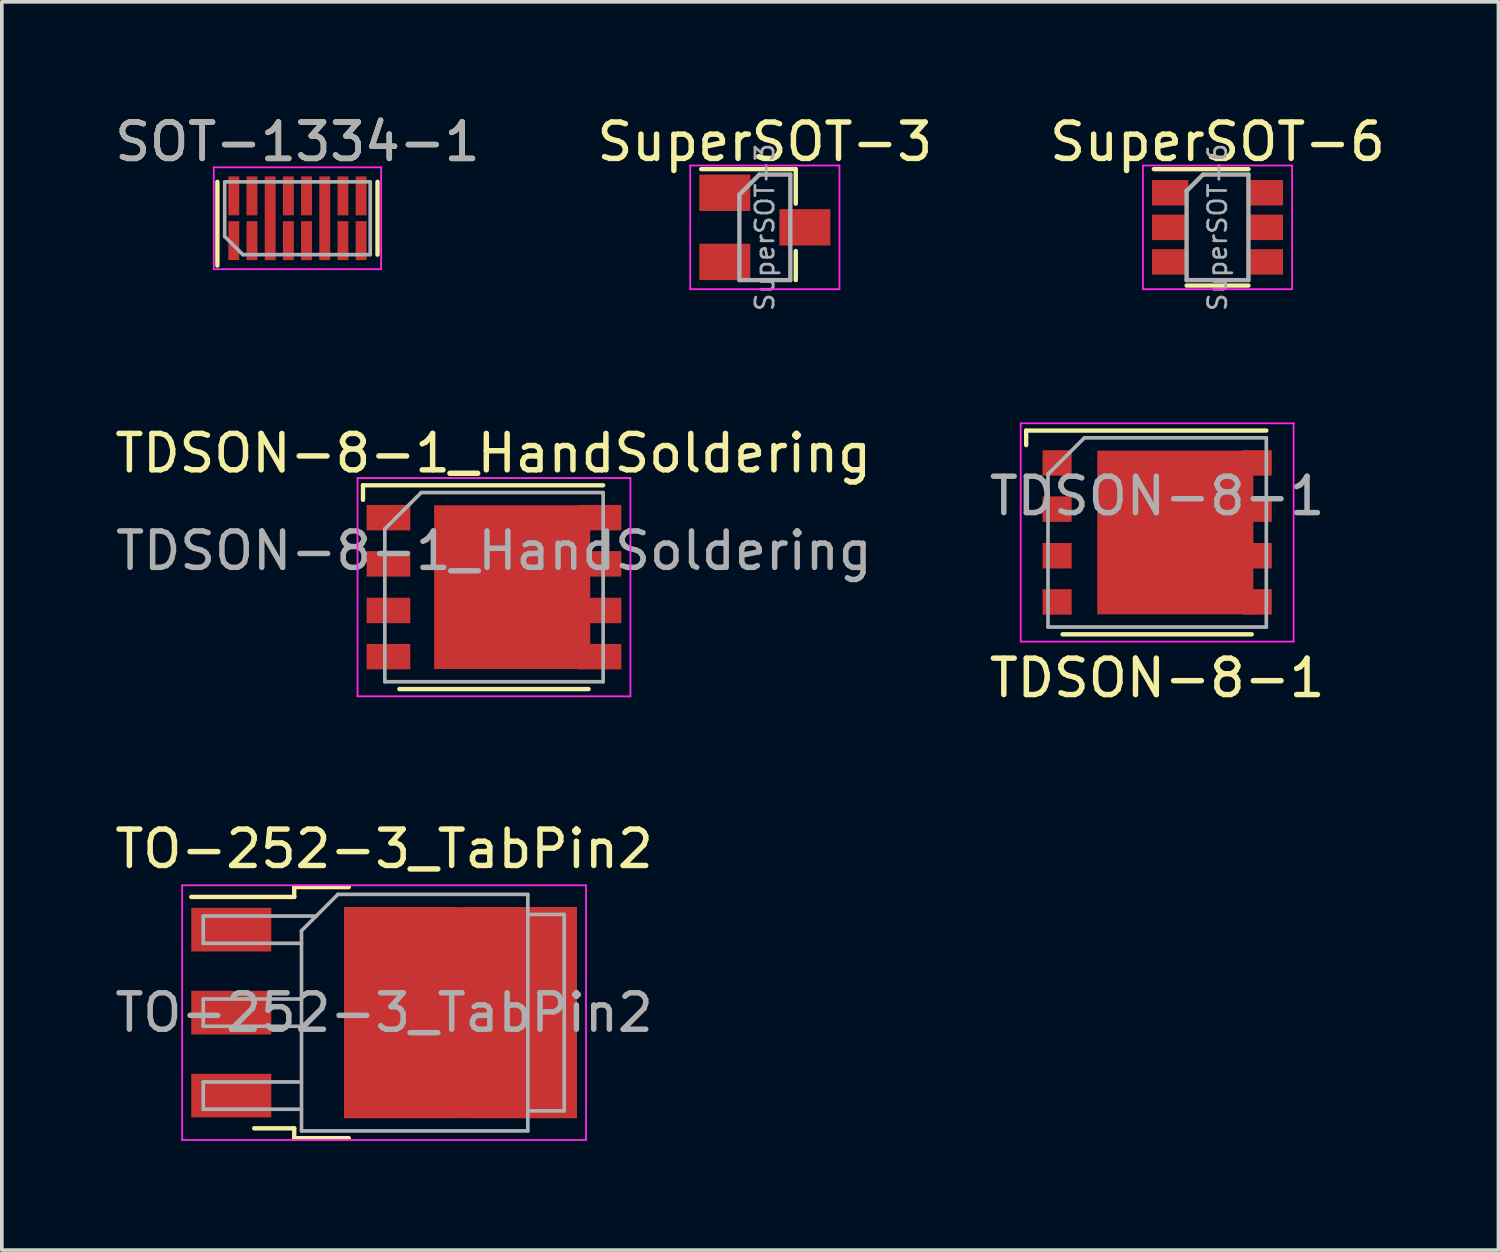
<source format=kicad_pcb>
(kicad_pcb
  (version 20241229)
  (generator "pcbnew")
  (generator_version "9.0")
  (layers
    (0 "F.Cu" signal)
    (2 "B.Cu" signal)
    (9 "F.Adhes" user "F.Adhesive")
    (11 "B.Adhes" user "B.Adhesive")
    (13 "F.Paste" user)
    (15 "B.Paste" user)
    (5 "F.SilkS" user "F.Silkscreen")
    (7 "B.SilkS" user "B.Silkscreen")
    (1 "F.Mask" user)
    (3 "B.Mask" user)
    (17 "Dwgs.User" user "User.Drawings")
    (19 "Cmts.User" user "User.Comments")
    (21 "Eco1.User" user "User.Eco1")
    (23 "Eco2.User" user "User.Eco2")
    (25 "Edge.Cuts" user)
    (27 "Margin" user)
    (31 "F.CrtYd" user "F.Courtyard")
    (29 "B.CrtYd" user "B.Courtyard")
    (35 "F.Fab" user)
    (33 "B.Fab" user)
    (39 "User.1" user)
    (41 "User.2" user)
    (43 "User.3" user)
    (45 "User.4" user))
  (footprint "TO-252-3_TabPin2"
    (layer "F.Cu")
    (at 7.506 24.78)
    (property "Reference" "TO-252-3_TabPin2" (at 0 -4.5 0) (layer "F.SilkS") (effects (font (size 1 1) (thickness 0.15))))
    (attr smd)
    (fp_line (start -2.47 -3.45) (end -2.47 -3.18) (stroke (width 0.12) (type solid)) (layer "F.SilkS"))
    (fp_line (start -2.47 -3.18) (end -5.3 -3.18) (stroke (width 0.12) (type solid)) (layer "F.SilkS"))
    (fp_line (start -2.47 3.18) (end -3.57 3.18) (stroke (width 0.12) (type solid)) (layer "F.SilkS"))
    (fp_line (start -2.47 3.45) (end -2.47 3.18) (stroke (width 0.12) (type solid)) (layer "F.SilkS"))
    (fp_line (start -0.97 -3.45) (end -2.47 -3.45) (stroke (width 0.12) (type solid)) (layer "F.SilkS"))
    (fp_line (start -0.97 3.45) (end -2.47 3.45) (stroke (width 0.12) (type solid)) (layer "F.SilkS"))
    (fp_line (start -5.55 -3.5) (end -5.55 3.5) (stroke (width 0.05) (type solid)) (layer "F.CrtYd"))
    (fp_line (start -5.55 3.5) (end 5.55 3.5) (stroke (width 0.05) (type solid)) (layer "F.CrtYd"))
    (fp_line (start 5.55 -3.5) (end -5.55 -3.5) (stroke (width 0.05) (type solid)) (layer "F.CrtYd"))
    (fp_line (start 5.55 3.5) (end 5.55 -3.5) (stroke (width 0.05) (type solid)) (layer "F.CrtYd"))
    (fp_line (start -4.97 -2.655) (end -4.97 -1.905) (stroke (width 0.1) (type solid)) (layer "F.Fab"))
    (fp_line (start -4.97 -1.905) (end -2.27 -1.905) (stroke (width 0.1) (type solid)) (layer "F.Fab"))
    (fp_line (start -4.97 -0.375) (end -4.97 0.375) (stroke (width 0.1) (type solid)) (layer "F.Fab"))
    (fp_line (start -4.97 0.375) (end -2.27 0.375) (stroke (width 0.1) (type solid)) (layer "F.Fab"))
    (fp_line (start -4.97 1.905) (end -4.97 2.655) (stroke (width 0.1) (type solid)) (layer "F.Fab"))
    (fp_line (start -4.97 2.655) (end -2.27 2.655) (stroke (width 0.1) (type solid)) (layer "F.Fab"))
    (fp_line (start -2.27 -2.25) (end -1.27 -3.25) (stroke (width 0.1) (type solid)) (layer "F.Fab"))
    (fp_line (start -2.27 -0.375) (end -4.97 -0.375) (stroke (width 0.1) (type solid)) (layer "F.Fab"))
    (fp_line (start -2.27 1.905) (end -4.97 1.905) (stroke (width 0.1) (type solid)) (layer "F.Fab"))
    (fp_line (start -2.27 3.25) (end -2.27 -2.25) (stroke (width 0.1) (type solid)) (layer "F.Fab"))
    (fp_line (start -1.865 -2.655) (end -4.97 -2.655) (stroke (width 0.1) (type solid)) (layer "F.Fab"))
    (fp_line (start -1.27 -3.25) (end 3.95 -3.25) (stroke (width 0.1) (type solid)) (layer "F.Fab"))
    (fp_line (start 3.95 -3.25) (end 3.95 3.25) (stroke (width 0.1) (type solid)) (layer "F.Fab"))
    (fp_line (start 3.95 -2.7) (end 4.95 -2.7) (stroke (width 0.1) (type solid)) (layer "F.Fab"))
    (fp_line (start 3.95 3.25) (end -2.27 3.25) (stroke (width 0.1) (type solid)) (layer "F.Fab"))
    (fp_line (start 4.95 -2.7) (end 4.95 2.7) (stroke (width 0.1) (type solid)) (layer "F.Fab"))
    (fp_line (start 4.95 2.7) (end 3.95 2.7) (stroke (width 0.1) (type solid)) (layer "F.Fab"))
    (fp_text user "${REFERENCE}" (at 0 0 0) (layer "F.Fab") (effects (font (size 1 1) (thickness 0.15))))
    (pad "1" smd rect (at -4.2 -2.28) (size 2.2 1.2) (layers "F.Cu" "F.Mask" "F.Paste"))
    (pad "2" smd rect (at -4.2 0) (size 2.2 1.2) (layers "F.Cu" "F.Mask" "F.Paste"))
    (pad "2" smd rect (at 0.425 -1.525) (size 3.05 2.75) (layers "F.Cu" "F.Paste"))
    (pad "2" smd rect (at 0.425 1.525) (size 3.05 2.75) (layers "F.Cu" "F.Paste"))
    (pad "2" smd rect (at 2.1 0) (size 6.4 5.8) (layers "F.Cu" "F.Mask"))
    (pad "2" smd rect (at 3.775 -1.525) (size 3.05 2.75) (layers "F.Cu" "F.Paste"))
    (pad "2" smd rect (at 3.775 1.525) (size 3.05 2.75) (layers "F.Cu" "F.Paste"))
    (pad "3" smd rect (at -4.2 2.28) (size 2.2 1.2) (layers "F.Cu" "F.Mask" "F.Paste")))
  (footprint "SOT-1334-1"
    (layer "F.Cu")
    (at 5.125 2.948)
    (property "Reference" "SOT-1334-1" (at 0 -2.1 0) (layer "F.SilkS") (effects (font (size 1 1) (thickness 0.15))))
    (attr smd)
    (fp_line (start -2.2 -1) (end -2.2 1.3) (stroke (width 0.12) (type solid)) (layer "F.SilkS"))
    (fp_line (start 2.2 -1) (end 2.2 1) (stroke (width 0.12) (type solid)) (layer "F.SilkS"))
    (fp_line (start -2.3 -1.4) (end 2.3 -1.4) (stroke (width 0.05) (type solid)) (layer "F.CrtYd"))
    (fp_line (start -2.3 1.4) (end -2.3 -1.4) (stroke (width 0.05) (type solid)) (layer "F.CrtYd"))
    (fp_line (start 2.3 -1.4) (end 2.3 1.4) (stroke (width 0.05) (type solid)) (layer "F.CrtYd"))
    (fp_line (start 2.3 1.4) (end -2.3 1.4) (stroke (width 0.05) (type solid)) (layer "F.CrtYd"))
    (fp_line (start -2 -1) (end 2 -1) (stroke (width 0.1) (type solid)) (layer "F.Fab"))
    (fp_line (start -2 0.5) (end -2 -1) (stroke (width 0.1) (type solid)) (layer "F.Fab"))
    (fp_line (start -1.5 1) (end -2 0.5) (stroke (width 0.1) (type solid)) (layer "F.Fab"))
    (fp_line (start 2 -1) (end 2 1) (stroke (width 0.1) (type solid)) (layer "F.Fab"))
    (fp_line (start 2 1) (end -1.5 1) (stroke (width 0.1) (type solid)) (layer "F.Fab"))
    (fp_text user "${REFERENCE}" (at 0 -2.1 0) (layer "F.Fab") (effects (font (size 1 1) (thickness 0.15))))
    (pad "1" smd rect (at -1.75 0.615) (size 0.3 1.07) (layers "F.Cu" "F.Mask" "F.Paste"))
    (pad "2" smd rect (at -1.25 0.615) (size 0.3 1.07) (layers "F.Cu" "F.Mask" "F.Paste"))
    (pad "3" smd rect (at -0.75 0) (size 0.3 2.3) (layers "F.Cu" "F.Mask" "F.Paste"))
    (pad "4" smd rect (at -0.25 0.615) (size 0.3 1.07) (layers "F.Cu" "F.Mask" "F.Paste"))
    (pad "5" smd rect (at 0.25 0.615) (size 0.3 1.07) (layers "F.Cu" "F.Mask" "F.Paste"))
    (pad "6" smd rect (at 0.75 0) (size 0.3 2.3) (layers "F.Cu" "F.Mask" "F.Paste"))
    (pad "7" smd rect (at 1.25 0.615) (size 0.3 1.07) (layers "F.Cu" "F.Mask" "F.Paste"))
    (pad "8" smd rect (at 1.75 0.615) (size 0.3 1.07) (layers "F.Cu" "F.Mask" "F.Paste"))
    (pad "9" smd rect (at 1.75 -0.615) (size 0.3 1.07) (layers "F.Cu" "F.Mask" "F.Paste"))
    (pad "10" smd rect (at 1.25 -0.615) (size 0.3 1.07) (layers "F.Cu" "F.Mask" "F.Paste"))
    (pad "11" smd rect (at 0.25 -0.615) (size 0.3 1.07) (layers "F.Cu" "F.Mask" "F.Paste"))
    (pad "12" smd rect (at -0.25 -0.615) (size 0.3 1.07) (layers "F.Cu" "F.Mask" "F.Paste"))
    (pad "13" smd rect (at -1.25 -0.615) (size 0.3 1.07) (layers "F.Cu" "F.Mask" "F.Paste"))
    (pad "14" smd rect (at -1.75 -0.615) (size 0.3 1.07) (layers "F.Cu" "F.Mask" "F.Paste")))
  (footprint "SuperSOT-3"
    (layer "F.Cu")
    (at 17.97 3.198)
    (property "Reference" "SuperSOT-3" (at 0 -2.35 0) (layer "F.SilkS") (effects (font (size 1 1) (thickness 0.15))))
    (attr smd)
    (fp_line (start -1.75 -1.6) (end 0.85 -1.6) (stroke (width 0.12) (type solid)) (layer "F.SilkS"))
    (fp_line (start 0.85 -1.6) (end 0.85 -0.65) (stroke (width 0.12) (type solid)) (layer "F.SilkS"))
    (fp_line (start 0.85 0.65) (end 0.85 1.45) (stroke (width 0.12) (type solid)) (layer "F.SilkS"))
    (fp_line (start -2.05 -1.7) (end -2.05 1.7) (stroke (width 0.05) (type solid)) (layer "F.CrtYd"))
    (fp_line (start -2.05 -1.7) (end 2.05 -1.7) (stroke (width 0.05) (type solid)) (layer "F.CrtYd"))
    (fp_line (start 2.05 1.7) (end -2.05 1.7) (stroke (width 0.05) (type solid)) (layer "F.CrtYd"))
    (fp_line (start 2.05 1.7) (end 2.05 -1.7) (stroke (width 0.05) (type solid)) (layer "F.CrtYd"))
    (fp_line (start -0.7 -0.9) (end -0.15 -1.45) (stroke (width 0.12) (type solid)) (layer "F.Fab"))
    (fp_line (start -0.7 1.45) (end -0.7 -0.9) (stroke (width 0.12) (type solid)) (layer "F.Fab"))
    (fp_line (start -0.15 -1.45) (end 0.7 -1.45) (stroke (width 0.12) (type solid)) (layer "F.Fab"))
    (fp_line (start 0.7 -1.45) (end 0.7 1.45) (stroke (width 0.12) (type solid)) (layer "F.Fab"))
    (fp_line (start 0.7 1.45) (end -0.7 1.45) (stroke (width 0.12) (type solid)) (layer "F.Fab"))
    (fp_text user "${REFERENCE}" (at 0 0 90) (layer "F.Fab") (effects (font (size 0.5 0.5) (thickness 0.075))))
    (pad "1" smd rect (at -1.1 -0.95) (size 1.4 1) (layers "F.Cu" "F.Mask" "F.Paste"))
    (pad "2" smd rect (at -1.1 0.95) (size 1.4 1) (layers "F.Cu" "F.Mask" "F.Paste"))
    (pad "3" smd rect (at 1.1 0) (size 1.4 1) (layers "F.Cu" "F.Mask" "F.Paste")))
  (footprint "TDSON-8-1_HandSoldering"
    (layer "F.Cu")
    (at 10.526 13.087)
    (property "Reference" "TDSON-8-1_HandSoldering" (at -0.02 -3.68 0) (layer "F.SilkS") (effects (font (size 1 1) (thickness 0.15))))
    (attr smd)
    (fp_line (start -3.6 -2.8) (end -3.6 -2.4) (stroke (width 0.12) (type solid)) (layer "F.SilkS"))
    (fp_line (start 2.6 2.8) (end -2.6 2.8) (stroke (width 0.12) (type solid)) (layer "F.SilkS"))
    (fp_line (start 3 -2.8) (end -3.6 -2.8) (stroke (width 0.12) (type solid)) (layer "F.SilkS"))
    (fp_line (start -3.75 -3) (end -3.75 3) (stroke (width 0.05) (type solid)) (layer "F.CrtYd"))
    (fp_line (start -3.75 3) (end 3.75 3) (stroke (width 0.05) (type solid)) (layer "F.CrtYd"))
    (fp_line (start 3.75 -3) (end -3.75 -3) (stroke (width 0.05) (type solid)) (layer "F.CrtYd"))
    (fp_line (start 3.75 3) (end 3.75 -3) (stroke (width 0.05) (type solid)) (layer "F.CrtYd"))
    (fp_line (start -3 2.6) (end -3 -1.6) (stroke (width 0.1) (type solid)) (layer "F.Fab"))
    (fp_line (start -2 -2.6) (end -3 -1.6) (stroke (width 0.1) (type solid)) (layer "F.Fab"))
    (fp_line (start -2 -2.6) (end 3 -2.6) (stroke (width 0.1) (type solid)) (layer "F.Fab"))
    (fp_line (start 3 -2.6) (end 3 2.6) (stroke (width 0.1) (type solid)) (layer "F.Fab"))
    (fp_line (start 3 2.6) (end -3 2.6) (stroke (width 0.1) (type solid)) (layer "F.Fab"))
    (fp_text user "${REFERENCE}" (at 0 -1 0) (layer "F.Fab") (effects (font (size 1 1) (thickness 0.15))))
    (pad "1" smd rect (at -2.9 -1.91 270) (size 0.7 1.2) (layers "F.Cu" "F.Mask" "F.Paste"))
    (pad "2" smd rect (at -2.9 -0.64 270) (size 0.7 1.2) (layers "F.Cu" "F.Mask" "F.Paste"))
    (pad "3" smd rect (at -2.9 0.64 270) (size 0.7 1.2) (layers "F.Cu" "F.Mask" "F.Paste"))
    (pad "4" smd rect (at -2.9 1.91 270) (size 0.7 1.2) (layers "F.Cu" "F.Mask" "F.Paste"))
    (pad "5" smd rect (at -0.75 -1.09 270) (size 1.55 1.2) (layers "F.Cu" "F.Mask" "F.Paste"))
    (pad "5" smd rect (at -0.75 1.09 270) (size 1.55 1.2) (layers "F.Cu" "F.Mask" "F.Paste"))
    (pad "5" smd rect (at 0.5 0 270) (size 4.5 4.29) (layers "F.Cu" "F.Mask" "F.Paste"))
    (pad "5" smd rect (at 1.25 -1.09 270) (size 1.55 1.6) (layers "F.Cu" "F.Mask" "F.Paste"))
    (pad "5" smd rect (at 1.25 1.09 270) (size 1.55 1.6) (layers "F.Cu" "F.Mask" "F.Paste"))
    (pad "5" smd rect (at 2.9 -1.91 270) (size 0.7 1.2) (layers "F.Cu" "F.Mask" "F.Paste"))
    (pad "5" smd rect (at 2.9 -0.64 270) (size 0.7 1.2) (layers "F.Cu" "F.Mask" "F.Paste"))
    (pad "5" smd rect (at 2.9 0.64 270) (size 0.7 1.2) (layers "F.Cu" "F.Mask" "F.Paste"))
    (pad "5" smd rect (at 2.9 1.91 270) (size 0.7 1.2) (layers "F.Cu" "F.Mask" "F.Paste")))
  (footprint "TDSON-8-1"
    (layer "F.Cu")
    (at 28.752 11.583)
    (property "Reference" "TDSON-8-1" (at 0 4 0) (layer "F.SilkS") (effects (font (size 1 1) (thickness 0.15))))
    (attr smd)
    (fp_line (start -3.6 -2.8) (end -3.6 -2.4) (stroke (width 0.12) (type solid)) (layer "F.SilkS"))
    (fp_line (start 2.6 2.8) (end -2.6 2.8) (stroke (width 0.12) (type solid)) (layer "F.SilkS"))
    (fp_line (start 3 -2.8) (end -3.6 -2.8) (stroke (width 0.12) (type solid)) (layer "F.SilkS"))
    (fp_line (start -3.75 -3) (end -3.75 3) (stroke (width 0.05) (type solid)) (layer "F.CrtYd"))
    (fp_line (start -3.75 3) (end 3.75 3) (stroke (width 0.05) (type solid)) (layer "F.CrtYd"))
    (fp_line (start 3.75 -3) (end -3.75 -3) (stroke (width 0.05) (type solid)) (layer "F.CrtYd"))
    (fp_line (start 3.75 3) (end 3.75 -3) (stroke (width 0.05) (type solid)) (layer "F.CrtYd"))
    (fp_line (start -3 2.6) (end -3 -1.6) (stroke (width 0.1) (type solid)) (layer "F.Fab"))
    (fp_line (start -2 -2.6) (end -3 -1.6) (stroke (width 0.1) (type solid)) (layer "F.Fab"))
    (fp_line (start -2 -2.6) (end 3 -2.6) (stroke (width 0.1) (type solid)) (layer "F.Fab"))
    (fp_line (start 3 -2.6) (end 3 2.6) (stroke (width 0.1) (type solid)) (layer "F.Fab"))
    (fp_line (start 3 2.6) (end -3 2.6) (stroke (width 0.1) (type solid)) (layer "F.Fab"))
    (fp_text user "${REFERENCE}" (at 0 -1 0) (layer "F.Fab") (effects (font (size 1 1) (thickness 0.15))))
    (pad "1" smd rect (at -2.75 -1.91 270) (size 0.7 0.8) (layers "F.Cu" "F.Mask" "F.Paste"))
    (pad "2" smd rect (at -2.75 -0.64 270) (size 0.7 0.8) (layers "F.Cu" "F.Mask" "F.Paste"))
    (pad "3" smd rect (at -2.75 0.64 270) (size 0.7 0.8) (layers "F.Cu" "F.Mask" "F.Paste"))
    (pad "4" smd rect (at -2.75 1.91 270) (size 0.7 0.8) (layers "F.Cu" "F.Mask" "F.Paste"))
    (pad "5" smd rect (at -0.75 -1.09 270) (size 1.55 1.2) (layers "F.Cu" "F.Mask" "F.Paste"))
    (pad "5" smd rect (at -0.75 1.09 270) (size 1.55 1.2) (layers "F.Cu" "F.Mask" "F.Paste"))
    (pad "5" smd rect (at 0.5 0 270) (size 4.5 4.29) (layers "F.Cu" "F.Mask" "F.Paste"))
    (pad "5" smd rect (at 1.25 -1.09 270) (size 1.55 1.6) (layers "F.Cu" "F.Mask" "F.Paste"))
    (pad "5" smd rect (at 1.25 1.09 270) (size 1.55 1.6) (layers "F.Cu" "F.Mask" "F.Paste"))
    (pad "5" smd rect (at 2.75 -1.91 270) (size 0.7 0.8) (layers "F.Cu" "F.Mask" "F.Paste"))
    (pad "5" smd rect (at 2.75 -0.64 270) (size 0.7 0.8) (layers "F.Cu" "F.Mask" "F.Paste"))
    (pad "5" smd rect (at 2.75 0.64 270) (size 0.7 0.8) (layers "F.Cu" "F.Mask" "F.Paste"))
    (pad "5" smd rect (at 2.75 1.91 270) (size 0.7 0.8) (layers "F.Cu" "F.Mask" "F.Paste")))
  (footprint "SuperSOT-6"
    (layer "F.Cu")
    (at 30.411 3.198)
    (property "Reference" "SuperSOT-6" (at 0 -2.35 0) (layer "F.SilkS") (effects (font (size 1 1) (thickness 0.15))))
    (attr smd)
    (fp_line (start 0.85 -1.6) (end -1.75 -1.6) (stroke (width 0.12) (type solid)) (layer "F.SilkS"))
    (fp_line (start 0.85 1.6) (end -0.85 1.6) (stroke (width 0.12) (type solid)) (layer "F.SilkS"))
    (fp_line (start -2.05 -1.7) (end -2.05 1.7) (stroke (width 0.05) (type solid)) (layer "F.CrtYd"))
    (fp_line (start -2.05 -1.7) (end 2.05 -1.7) (stroke (width 0.05) (type solid)) (layer "F.CrtYd"))
    (fp_line (start 2.05 1.7) (end -2.05 1.7) (stroke (width 0.05) (type solid)) (layer "F.CrtYd"))
    (fp_line (start 2.05 1.7) (end 2.05 -1.7) (stroke (width 0.05) (type solid)) (layer "F.CrtYd"))
    (fp_line (start -0.85 -1) (end -0.85 1.45) (stroke (width 0.12) (type solid)) (layer "F.Fab"))
    (fp_line (start -0.85 1.45) (end 0.85 1.45) (stroke (width 0.12) (type solid)) (layer "F.Fab"))
    (fp_line (start -0.4 -1.45) (end -0.85 -1) (stroke (width 0.12) (type solid)) (layer "F.Fab"))
    (fp_line (start 0.85 -1.45) (end -0.4 -1.45) (stroke (width 0.12) (type solid)) (layer "F.Fab"))
    (fp_line (start 0.85 1.45) (end 0.85 -1.45) (stroke (width 0.12) (type solid)) (layer "F.Fab"))
    (fp_text user "${REFERENCE}" (at 0 0 90) (layer "F.Fab") (effects (font (size 0.5 0.5) (thickness 0.075))))
    (pad "1" smd rect (at -1.3 -0.95) (size 1 0.7) (layers "F.Cu" "F.Mask" "F.Paste"))
    (pad "2" smd rect (at -1.3 0) (size 1 0.7) (layers "F.Cu" "F.Mask" "F.Paste"))
    (pad "3" smd rect (at -1.3 0.95) (size 1 0.7) (layers "F.Cu" "F.Mask" "F.Paste"))
    (pad "4" smd rect (at 1.3 0.95) (size 1 0.7) (layers "F.Cu" "F.Mask" "F.Paste"))
    (pad "5" smd rect (at 1.3 0) (size 1 0.7) (layers "F.Cu" "F.Mask" "F.Paste"))
    (pad "6" smd rect (at 1.3 -0.95) (size 1 0.7) (layers "F.Cu" "F.Mask" "F.Paste")))
  (gr_rect
    (start -3 -3)
    (end 38.131 31.305)
    (stroke (width 0.1) (type default))
    (fill no)
    (layer "Edge.Cuts")))
</source>
